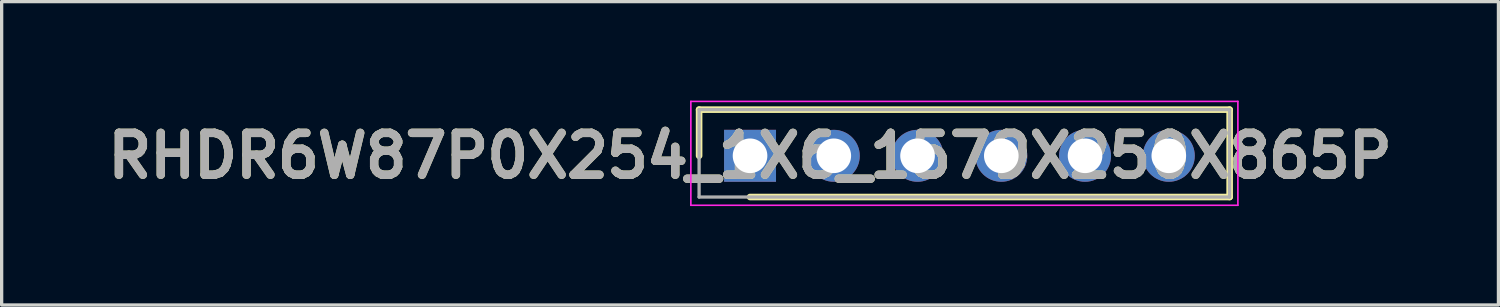
<source format=kicad_pcb>
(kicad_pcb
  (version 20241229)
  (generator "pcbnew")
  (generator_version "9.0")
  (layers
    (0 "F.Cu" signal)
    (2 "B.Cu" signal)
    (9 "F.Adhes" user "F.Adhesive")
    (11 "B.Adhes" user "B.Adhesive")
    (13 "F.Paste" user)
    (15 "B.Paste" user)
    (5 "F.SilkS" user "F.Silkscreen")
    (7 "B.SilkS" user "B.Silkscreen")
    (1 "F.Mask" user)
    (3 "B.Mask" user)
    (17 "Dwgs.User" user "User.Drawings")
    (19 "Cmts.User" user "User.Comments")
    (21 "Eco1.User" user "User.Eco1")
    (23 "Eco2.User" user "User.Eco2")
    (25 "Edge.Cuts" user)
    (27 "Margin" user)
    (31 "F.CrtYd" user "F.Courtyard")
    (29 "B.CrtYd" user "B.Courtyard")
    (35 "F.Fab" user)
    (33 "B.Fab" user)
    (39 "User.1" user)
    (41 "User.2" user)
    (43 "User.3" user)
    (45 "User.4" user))
  (footprint "RHDR6W87P0X254_1X6_1579X250X865P"
    (layer "F.Cu")
    (at 19.697 1.675)
    (property "Reference" "RHDR6W87P0X254_1X6_1579X250X865P" (at 0 0 0) (layer "F.SilkS") (effects (font (size 1.27 1.27) (thickness 0.254))))
    (attr through_hole)
    (fp_line (start -1.545 -1.4) (end -1.545 0) (stroke (width 0.2) (type solid)) (layer "F.SilkS"))
    (fp_line (start 0 1.25) (end 14.545 1.25) (stroke (width 0.2) (type solid)) (layer "F.SilkS"))
    (fp_line (start 14.545 -1.4) (end -1.545 -1.4) (stroke (width 0.2) (type solid)) (layer "F.SilkS"))
    (fp_line (start 14.545 1.25) (end 14.545 -1.4) (stroke (width 0.2) (type solid)) (layer "F.SilkS"))
    (fp_line (start -1.795 -1.65) (end 14.795 -1.65) (stroke (width 0.05) (type solid)) (layer "F.CrtYd"))
    (fp_line (start -1.795 1.5) (end -1.795 -1.65) (stroke (width 0.05) (type solid)) (layer "F.CrtYd"))
    (fp_line (start 14.795 -1.65) (end 14.795 1.5) (stroke (width 0.05) (type solid)) (layer "F.CrtYd"))
    (fp_line (start 14.795 1.5) (end -1.795 1.5) (stroke (width 0.05) (type solid)) (layer "F.CrtYd"))
    (fp_line (start -1.545 -1.4) (end 14.545 -1.4) (stroke (width 0.1) (type solid)) (layer "F.Fab"))
    (fp_line (start -1.545 1.25) (end -1.545 -1.4) (stroke (width 0.1) (type solid)) (layer "F.Fab"))
    (fp_line (start 14.545 -1.4) (end 14.545 1.25) (stroke (width 0.1) (type solid)) (layer "F.Fab"))
    (fp_line (start 14.545 1.25) (end -1.545 1.25) (stroke (width 0.1) (type solid)) (layer "F.Fab"))
    (fp_text user "${REFERENCE}" (at 0 0 0) (layer "F.Fab") (effects (font (size 1.27 1.27) (thickness 0.254))))
    (pad "1" thru_hole rect (at 0 0) (size 1.575 1.575) (drill 1.05) (layers "*.Cu" "*.Mask"))
    (pad "2" thru_hole circle (at 2.54 0) (size 1.575 1.575) (drill 1.05) (layers "*.Cu" "*.Mask"))
    (pad "3" thru_hole circle (at 5.08 0) (size 1.575 1.575) (drill 1.05) (layers "*.Cu" "*.Mask"))
    (pad "4" thru_hole circle (at 7.62 0) (size 1.575 1.575) (drill 1.05) (layers "*.Cu" "*.Mask"))
    (pad "5" thru_hole circle (at 10.16 0) (size 1.575 1.575) (drill 1.05) (layers "*.Cu" "*.Mask"))
    (pad "6" thru_hole circle (at 12.7 0) (size 1.575 1.575) (drill 1.05) (layers "*.Cu" "*.Mask")))
  (gr_rect
    (start -3 -3)
    (end 42.394 6.2)
    (stroke (width 0.1) (type default))
    (fill no)
    (layer "Edge.Cuts")))
</source>
